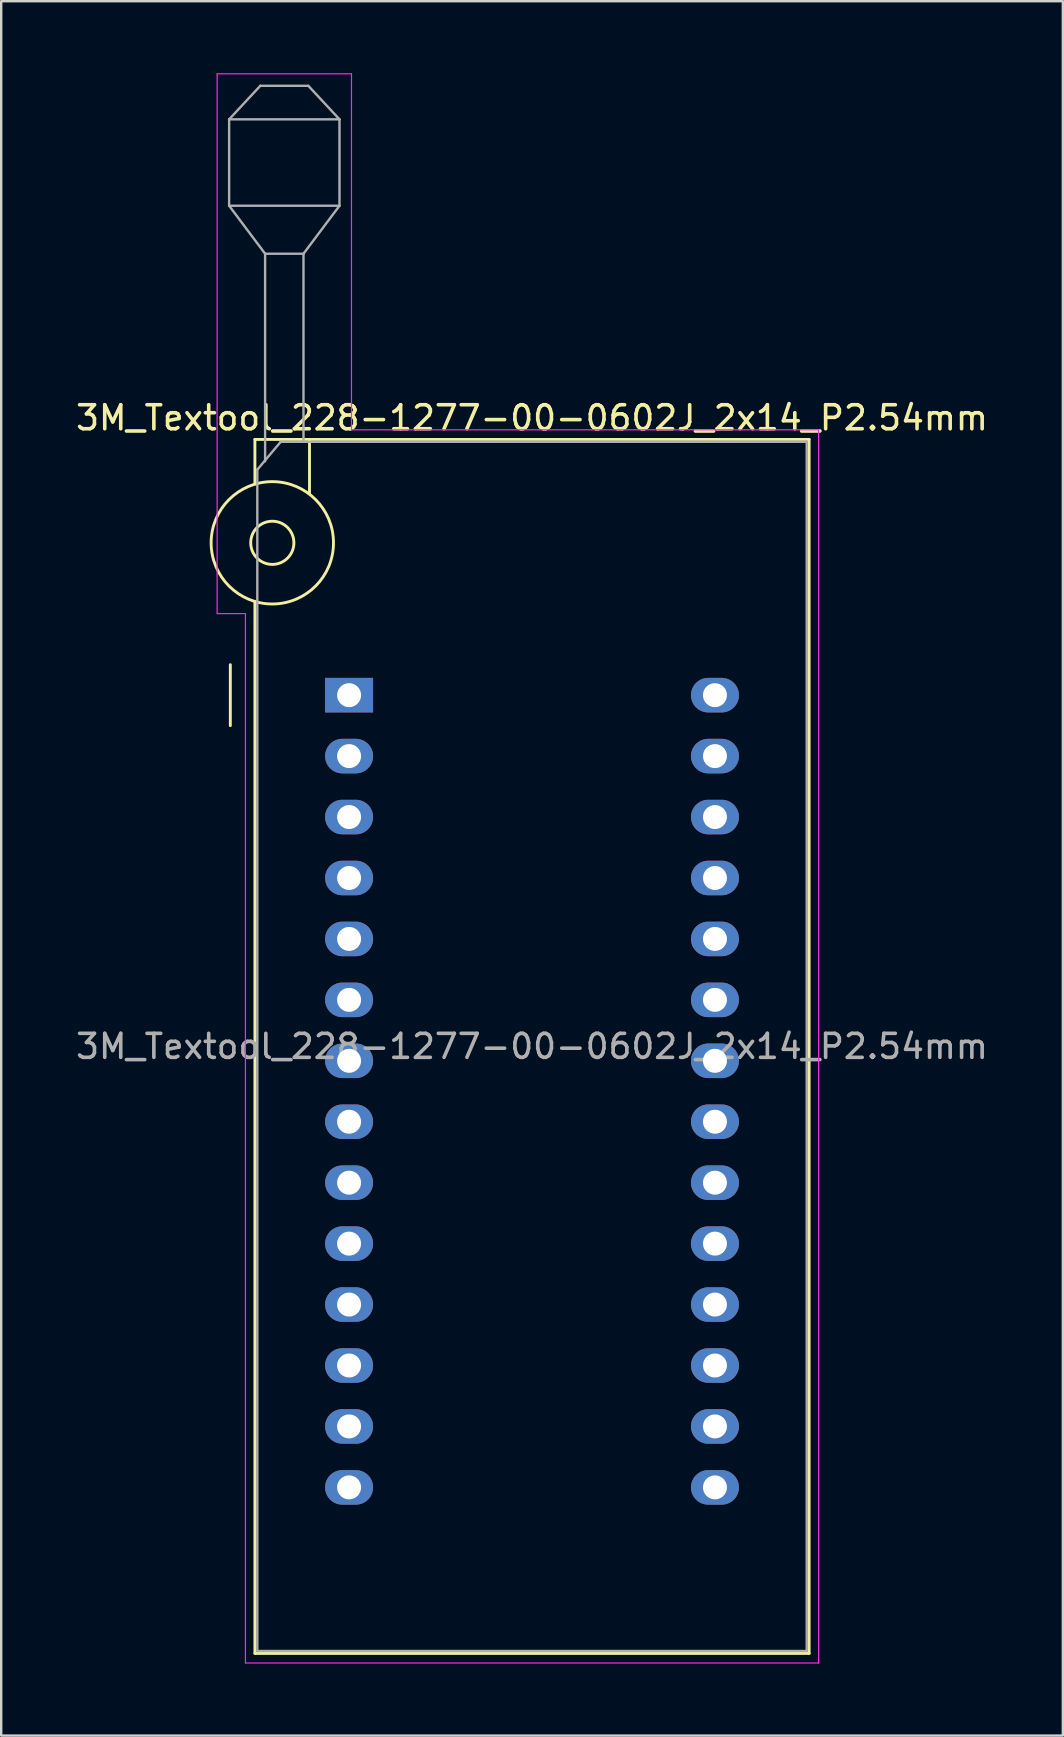
<source format=kicad_pcb>
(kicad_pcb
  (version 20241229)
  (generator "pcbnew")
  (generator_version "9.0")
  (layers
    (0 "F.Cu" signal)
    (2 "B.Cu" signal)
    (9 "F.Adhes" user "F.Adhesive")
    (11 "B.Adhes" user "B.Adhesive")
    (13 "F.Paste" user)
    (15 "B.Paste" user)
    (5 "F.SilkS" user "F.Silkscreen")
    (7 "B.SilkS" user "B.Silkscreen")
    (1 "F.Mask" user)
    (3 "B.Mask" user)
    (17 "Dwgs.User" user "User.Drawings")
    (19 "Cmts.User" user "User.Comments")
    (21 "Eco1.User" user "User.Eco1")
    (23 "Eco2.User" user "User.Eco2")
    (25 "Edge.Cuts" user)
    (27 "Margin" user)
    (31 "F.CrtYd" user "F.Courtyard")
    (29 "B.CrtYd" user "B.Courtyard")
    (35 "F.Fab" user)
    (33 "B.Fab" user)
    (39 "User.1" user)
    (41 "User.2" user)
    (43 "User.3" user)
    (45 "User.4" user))
  (footprint "3M_Textool_228-1277-00-0602J_2x14_P2.54mm"
    (layer "F.Cu")
    (at 11.5 25.925)
    (property "Reference" "3M_Textool_228-1277-00-0602J_2x14_P2.54mm" (at 7.625 -11.56 0) (layer "F.SilkS") (effects (font (size 1 1) (thickness 0.15))))
    (attr through_hole)
    (fp_line (start -4.95 1.27) (end -4.95 -1.27) (stroke (width 0.12) (type solid)) (layer "F.SilkS"))
    (fp_line (start -3.925 -10.66) (end -3.925 -8.8) (stroke (width 0.12) (type solid)) (layer "F.SilkS"))
    (fp_line (start -3.925 -3.9) (end -3.925 39.94) (stroke (width 0.12) (type solid)) (layer "F.SilkS"))
    (fp_line (start -3.925 39.94) (end 19.175 39.94) (stroke (width 0.12) (type solid)) (layer "F.SilkS"))
    (fp_line (start -1.65 -10.66) (end -1.65 -8.4) (stroke (width 0.12) (type solid)) (layer "F.SilkS"))
    (fp_line (start 19.175 -10.66) (end -3.925 -10.66) (stroke (width 0.12) (type solid)) (layer "F.SilkS"))
    (fp_line (start 19.175 39.94) (end 19.175 -10.66) (stroke (width 0.12) (type solid)) (layer "F.SilkS"))
    (fp_circle (center -3.2 -6.35) (end -2.3 -6.35) (stroke (width 0.12) (type solid)) (fill no) (layer "F.SilkS"))
    (fp_circle (center -3.2 -6.35) (end -0.65 -6.35) (stroke (width 0.12) (type solid)) (fill no) (layer "F.SilkS"))
    (fp_line (start -5.5 -25.9) (end 0.1 -25.9) (stroke (width 0.05) (type solid)) (layer "F.CrtYd"))
    (fp_line (start -5.5 -3.4) (end -5.5 -25.9) (stroke (width 0.05) (type solid)) (layer "F.CrtYd"))
    (fp_line (start -4.32 -3.4) (end -5.5 -3.4) (stroke (width 0.05) (type solid)) (layer "F.CrtYd"))
    (fp_line (start -4.32 40.34) (end -4.32 -3.4) (stroke (width 0.05) (type solid)) (layer "F.CrtYd"))
    (fp_line (start 0.1 -25.9) (end 0.1 -11.06) (stroke (width 0.05) (type solid)) (layer "F.CrtYd"))
    (fp_line (start 0.1 -11.06) (end 19.57 -11.06) (stroke (width 0.05) (type solid)) (layer "F.CrtYd"))
    (fp_line (start 19.57 -11.06) (end 19.57 40.34) (stroke (width 0.05) (type solid)) (layer "F.CrtYd"))
    (fp_line (start 19.57 40.34) (end -4.32 40.34) (stroke (width 0.05) (type solid)) (layer "F.CrtYd"))
    (fp_line (start -5 -24) (end -5 -20.4) (stroke (width 0.1) (type solid)) (layer "F.Fab"))
    (fp_line (start -5 -24) (end -3.7 -25.4) (stroke (width 0.1) (type solid)) (layer "F.Fab"))
    (fp_line (start -5 -20.4) (end -3.5 -18.4) (stroke (width 0.1) (type solid)) (layer "F.Fab"))
    (fp_line (start -5 -20.4) (end -0.4 -20.4) (stroke (width 0.1) (type solid)) (layer "F.Fab"))
    (fp_line (start -3.825 -9.4) (end -2.85 -10.56) (stroke (width 0.1) (type solid)) (layer "F.Fab"))
    (fp_line (start -3.825 39.84) (end -3.825 -9.4) (stroke (width 0.1) (type solid)) (layer "F.Fab"))
    (fp_line (start -3.7 -25.4) (end -1.7 -25.4) (stroke (width 0.1) (type solid)) (layer "F.Fab"))
    (fp_line (start -3.5 -18.4) (end -1.9 -18.4) (stroke (width 0.1) (type solid)) (layer "F.Fab"))
    (fp_line (start -3.5 -9.75) (end -3.5 -18.4) (stroke (width 0.1) (type solid)) (layer "F.Fab"))
    (fp_line (start -2.85 -10.56) (end 19.075 -10.56) (stroke (width 0.1) (type solid)) (layer "F.Fab"))
    (fp_line (start -1.9 -18.4) (end -1.9 -10.56) (stroke (width 0.1) (type solid)) (layer "F.Fab"))
    (fp_line (start -1.7 -25.4) (end -0.4 -24) (stroke (width 0.1) (type solid)) (layer "F.Fab"))
    (fp_line (start -0.4 -24) (end -5 -24) (stroke (width 0.1) (type solid)) (layer "F.Fab"))
    (fp_line (start -0.4 -20.4) (end -1.9 -18.4) (stroke (width 0.1) (type solid)) (layer "F.Fab"))
    (fp_line (start -0.4 -20.4) (end -0.4 -24) (stroke (width 0.1) (type solid)) (layer "F.Fab"))
    (fp_line (start 19.075 -10.56) (end 19.075 39.84) (stroke (width 0.1) (type solid)) (layer "F.Fab"))
    (fp_line (start 19.075 39.84) (end -3.825 39.84) (stroke (width 0.1) (type solid)) (layer "F.Fab"))
    (fp_text user "${REFERENCE}" (at 7.625 14.64 0) (layer "F.Fab") (effects (font (size 1 1) (thickness 0.15))))
    (pad "1" thru_hole rect (at 0 0) (size 2 1.44) (drill 1) (layers "*.Cu" "*.Mask"))
    (pad "2" thru_hole oval (at 0 2.54) (size 2 1.44) (drill 1) (layers "*.Cu" "*.Mask"))
    (pad "3" thru_hole oval (at 0 5.08) (size 2 1.44) (drill 1) (layers "*.Cu" "*.Mask"))
    (pad "4" thru_hole oval (at 0 7.62) (size 2 1.44) (drill 1) (layers "*.Cu" "*.Mask"))
    (pad "5" thru_hole oval (at 0 10.16) (size 2 1.44) (drill 1) (layers "*.Cu" "*.Mask"))
    (pad "6" thru_hole oval (at 0 12.7) (size 2 1.44) (drill 1) (layers "*.Cu" "*.Mask"))
    (pad "7" thru_hole oval (at 0 15.24) (size 2 1.44) (drill 1) (layers "*.Cu" "*.Mask"))
    (pad "8" thru_hole oval (at 0 17.78) (size 2 1.44) (drill 1) (layers "*.Cu" "*.Mask"))
    (pad "9" thru_hole oval (at 0 20.32) (size 2 1.44) (drill 1) (layers "*.Cu" "*.Mask"))
    (pad "10" thru_hole oval (at 0 22.86) (size 2 1.44) (drill 1) (layers "*.Cu" "*.Mask"))
    (pad "11" thru_hole oval (at 0 25.4) (size 2 1.44) (drill 1) (layers "*.Cu" "*.Mask"))
    (pad "12" thru_hole oval (at 0 27.94) (size 2 1.44) (drill 1) (layers "*.Cu" "*.Mask"))
    (pad "13" thru_hole oval (at 0 30.48) (size 2 1.44) (drill 1) (layers "*.Cu" "*.Mask"))
    (pad "14" thru_hole oval (at 0 33.02) (size 2 1.44) (drill 1) (layers "*.Cu" "*.Mask"))
    (pad "15" thru_hole oval (at 15.25 33.02) (size 2 1.44) (drill 1) (layers "*.Cu" "*.Mask"))
    (pad "16" thru_hole oval (at 15.25 30.48) (size 2 1.44) (drill 1) (layers "*.Cu" "*.Mask"))
    (pad "17" thru_hole oval (at 15.25 27.94) (size 2 1.44) (drill 1) (layers "*.Cu" "*.Mask"))
    (pad "18" thru_hole oval (at 15.25 25.4) (size 2 1.44) (drill 1) (layers "*.Cu" "*.Mask"))
    (pad "19" thru_hole oval (at 15.25 22.86) (size 2 1.44) (drill 1) (layers "*.Cu" "*.Mask"))
    (pad "20" thru_hole oval (at 15.25 20.32) (size 2 1.44) (drill 1) (layers "*.Cu" "*.Mask"))
    (pad "21" thru_hole oval (at 15.25 17.78) (size 2 1.44) (drill 1) (layers "*.Cu" "*.Mask"))
    (pad "22" thru_hole oval (at 15.25 15.24) (size 2 1.44) (drill 1) (layers "*.Cu" "*.Mask"))
    (pad "23" thru_hole oval (at 15.25 12.7) (size 2 1.44) (drill 1) (layers "*.Cu" "*.Mask"))
    (pad "24" thru_hole oval (at 15.25 10.16) (size 2 1.44) (drill 1) (layers "*.Cu" "*.Mask"))
    (pad "25" thru_hole oval (at 15.25 7.62) (size 2 1.44) (drill 1) (layers "*.Cu" "*.Mask"))
    (pad "26" thru_hole oval (at 15.25 5.08) (size 2 1.44) (drill 1) (layers "*.Cu" "*.Mask"))
    (pad "27" thru_hole oval (at 15.25 2.54) (size 2 1.44) (drill 1) (layers "*.Cu" "*.Mask"))
    (pad "28" thru_hole oval (at 15.25 0) (size 2 1.44) (drill 1) (layers "*.Cu" "*.Mask")))
  (gr_rect
    (start -3 -3)
    (end 41.25 69.29)
    (stroke (width 0.1) (type default))
    (fill no)
    (layer "Edge.Cuts")))
</source>
